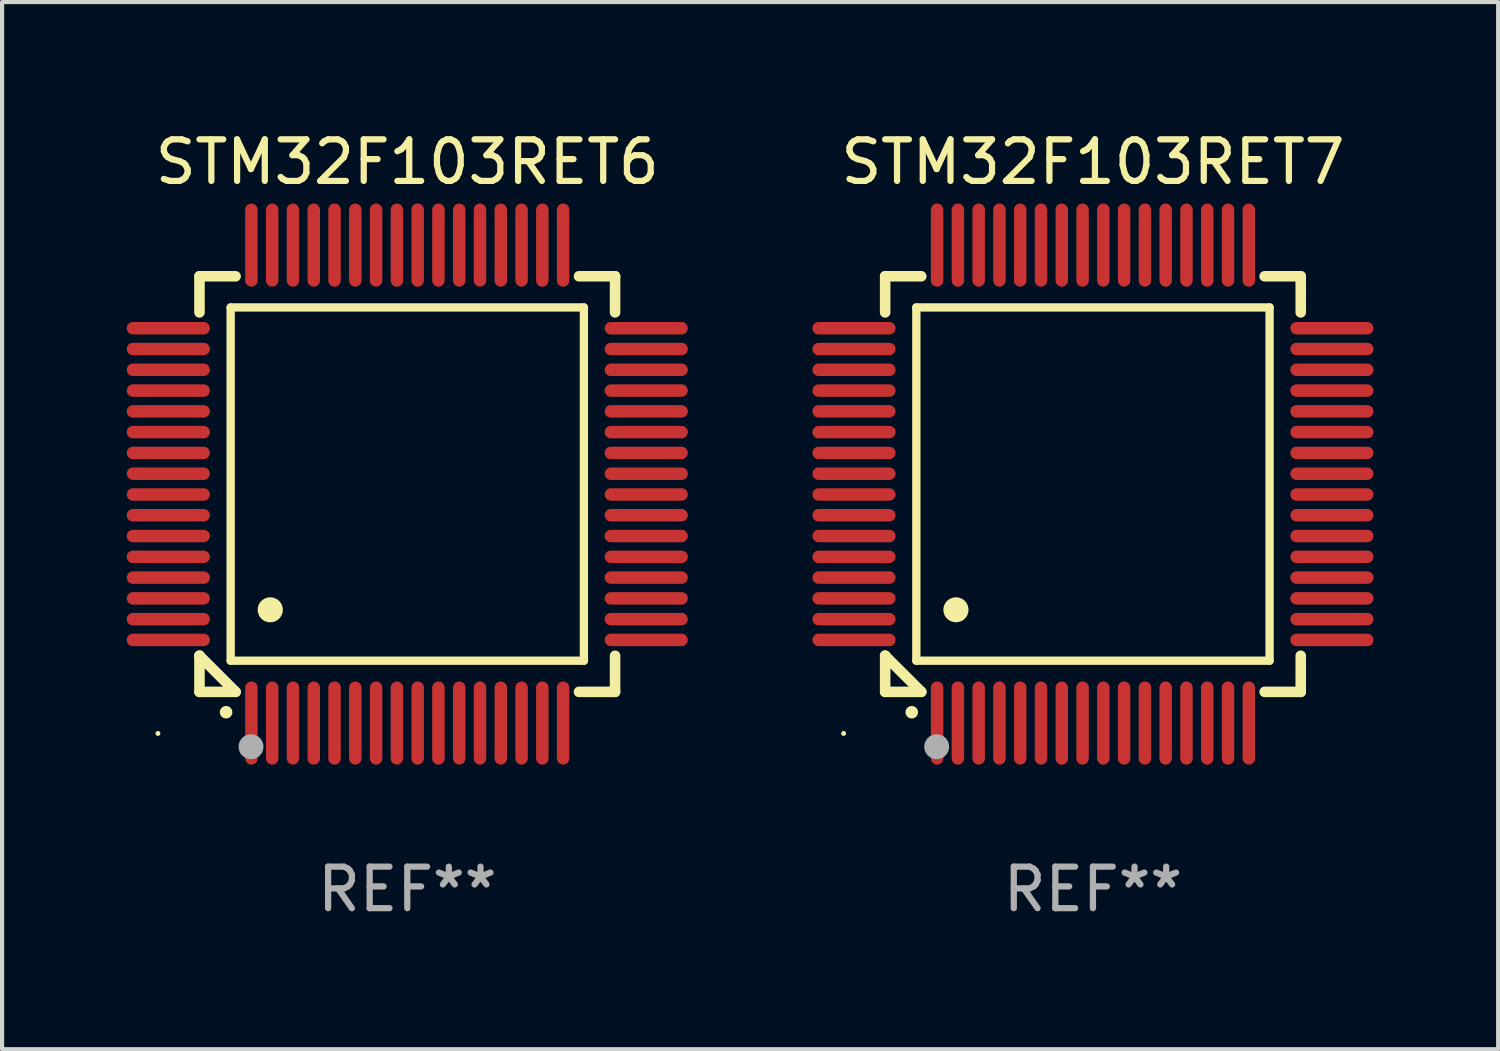
<source format=kicad_pcb>
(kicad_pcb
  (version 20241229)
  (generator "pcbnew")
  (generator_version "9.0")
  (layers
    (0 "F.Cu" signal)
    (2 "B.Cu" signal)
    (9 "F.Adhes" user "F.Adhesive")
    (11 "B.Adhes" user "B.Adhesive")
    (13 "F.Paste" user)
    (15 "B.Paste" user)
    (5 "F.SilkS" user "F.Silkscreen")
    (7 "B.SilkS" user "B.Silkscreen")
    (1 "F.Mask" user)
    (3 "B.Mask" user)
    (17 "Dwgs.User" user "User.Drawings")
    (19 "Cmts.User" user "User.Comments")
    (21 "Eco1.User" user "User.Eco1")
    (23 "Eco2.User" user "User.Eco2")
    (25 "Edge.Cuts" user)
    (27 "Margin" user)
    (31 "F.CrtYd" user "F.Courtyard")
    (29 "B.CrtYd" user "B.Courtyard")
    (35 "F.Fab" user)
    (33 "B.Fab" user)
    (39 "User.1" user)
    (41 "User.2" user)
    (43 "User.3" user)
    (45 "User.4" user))
  (footprint "STM32F103RET6"
    (layer "F.Cu")
    (at 6.75 8.598)
    (property "Reference" "STM32F103RET6" (at 0 -7.75 0) (layer "F.SilkS") (effects (font (size 1 1) (thickness 0.15))))
    (attr through_hole)
    (fp_line (start -5 -5) (end -4.131 -5) (stroke (width 0.254) (type solid)) (layer "F.SilkS"))
    (fp_line (start -5 -4.131) (end -5 -5) (stroke (width 0.254) (type solid)) (layer "F.SilkS"))
    (fp_line (start -5 4.131) (end -5 4.131) (stroke (width 0.254) (type solid)) (layer "F.SilkS"))
    (fp_line (start -5 5) (end -5 4.131) (stroke (width 0.254) (type solid)) (layer "F.SilkS"))
    (fp_line (start -5 4.131) (end -4.131 5) (stroke (width 0.254) (type solid)) (layer "F.SilkS"))
    (fp_line (start -4.25 -4.25) (end -4.25 4.25) (stroke (width 0.2) (type solid)) (layer "F.SilkS"))
    (fp_line (start -4.25 4.25) (end 4.25 4.25) (stroke (width 0.2) (type solid)) (layer "F.SilkS"))
    (fp_line (start -4.131 5) (end -5 5) (stroke (width 0.254) (type solid)) (layer "F.SilkS"))
    (fp_line (start 4.25 -4.25) (end -4.25 -4.25) (stroke (width 0.2) (type solid)) (layer "F.SilkS"))
    (fp_line (start 4.25 4.25) (end 4.25 -4.25) (stroke (width 0.2) (type solid)) (layer "F.SilkS"))
    (fp_line (start 5 -5) (end 4.131 -5) (stroke (width 0.254) (type solid)) (layer "F.SilkS"))
    (fp_line (start 5 -5) (end 5 -4.131) (stroke (width 0.254) (type solid)) (layer "F.SilkS"))
    (fp_line (start 5 4.131) (end 5 5) (stroke (width 0.254) (type solid)) (layer "F.SilkS"))
    (fp_line (start 5 5) (end 4.131 5) (stroke (width 0.254) (type solid)) (layer "F.SilkS"))
    (fp_arc (start -4.361265 5.489992) (mid -4.359995 5.489987) (end -4.358725 5.489992) (stroke (width 0.3) (type solid)) (layer "F.SilkS"))
    (fp_arc (start -3.299467 3.025146) (mid -3.296927 3.025135) (end -3.294387 3.025146) (stroke (width 0.6) (type solid)) (layer "F.SilkS"))
    (fp_circle (center -6 6) (end -5.97 6) (stroke (width 0.06) (type solid)) (fill no) (layer "F.SilkS"))
    (fp_circle (center -3.76 6.32) (end -3.61 6.32) (stroke (width 0.3) (type solid)) (fill no) (layer "F.Fab"))
    (fp_text user "REF**" (at 0 9.75 0) (layer "F.Fab") (effects (font (size 1 1) (thickness 0.15))))
    (pad "1" smd oval (at -3.75 5.75) (size 0.3 2) (layers "F.Cu" "F.Mask" "F.Paste"))
    (pad "2" smd oval (at -3.25 5.75) (size 0.3 2) (layers "F.Cu" "F.Mask" "F.Paste"))
    (pad "3" smd oval (at -2.75 5.75) (size 0.3 2) (layers "F.Cu" "F.Mask" "F.Paste"))
    (pad "4" smd oval (at -2.25 5.75) (size 0.3 2) (layers "F.Cu" "F.Mask" "F.Paste"))
    (pad "5" smd oval (at -1.75 5.75) (size 0.3 2) (layers "F.Cu" "F.Mask" "F.Paste"))
    (pad "6" smd oval (at -1.25 5.75) (size 0.3 2) (layers "F.Cu" "F.Mask" "F.Paste"))
    (pad "7" smd oval (at -0.75 5.75) (size 0.3 2) (layers "F.Cu" "F.Mask" "F.Paste"))
    (pad "8" smd oval (at -0.25 5.75) (size 0.3 2) (layers "F.Cu" "F.Mask" "F.Paste"))
    (pad "9" smd oval (at 0.25 5.75) (size 0.3 2) (layers "F.Cu" "F.Mask" "F.Paste"))
    (pad "10" smd oval (at 0.75 5.75) (size 0.3 2) (layers "F.Cu" "F.Mask" "F.Paste"))
    (pad "11" smd oval (at 1.25 5.75) (size 0.3 2) (layers "F.Cu" "F.Mask" "F.Paste"))
    (pad "12" smd oval (at 1.75 5.75) (size 0.3 2) (layers "F.Cu" "F.Mask" "F.Paste"))
    (pad "13" smd oval (at 2.25 5.75) (size 0.3 2) (layers "F.Cu" "F.Mask" "F.Paste"))
    (pad "14" smd oval (at 2.75 5.75) (size 0.3 2) (layers "F.Cu" "F.Mask" "F.Paste"))
    (pad "15" smd oval (at 3.25 5.75) (size 0.3 2) (layers "F.Cu" "F.Mask" "F.Paste"))
    (pad "16" smd oval (at 3.75 5.75) (size 0.3 2) (layers "F.Cu" "F.Mask" "F.Paste"))
    (pad "17" smd oval (at 5.75 3.75) (size 2 0.3) (layers "F.Cu" "F.Mask" "F.Paste"))
    (pad "18" smd oval (at 5.75 3.25) (size 2 0.3) (layers "F.Cu" "F.Mask" "F.Paste"))
    (pad "19" smd oval (at 5.75 2.75) (size 2 0.3) (layers "F.Cu" "F.Mask" "F.Paste"))
    (pad "20" smd oval (at 5.75 2.25) (size 2 0.3) (layers "F.Cu" "F.Mask" "F.Paste"))
    (pad "21" smd oval (at 5.75 1.75) (size 2 0.3) (layers "F.Cu" "F.Mask" "F.Paste"))
    (pad "22" smd oval (at 5.75 1.25) (size 2 0.3) (layers "F.Cu" "F.Mask" "F.Paste"))
    (pad "23" smd oval (at 5.75 0.75) (size 2 0.3) (layers "F.Cu" "F.Mask" "F.Paste"))
    (pad "24" smd oval (at 5.75 0.25) (size 2 0.3) (layers "F.Cu" "F.Mask" "F.Paste"))
    (pad "25" smd oval (at 5.75 -0.25) (size 2 0.3) (layers "F.Cu" "F.Mask" "F.Paste"))
    (pad "26" smd oval (at 5.75 -0.75) (size 2 0.3) (layers "F.Cu" "F.Mask" "F.Paste"))
    (pad "27" smd oval (at 5.75 -1.25) (size 2 0.3) (layers "F.Cu" "F.Mask" "F.Paste"))
    (pad "28" smd oval (at 5.75 -1.75) (size 2 0.3) (layers "F.Cu" "F.Mask" "F.Paste"))
    (pad "29" smd oval (at 5.75 -2.25) (size 2 0.3) (layers "F.Cu" "F.Mask" "F.Paste"))
    (pad "30" smd oval (at 5.75 -2.75) (size 2 0.3) (layers "F.Cu" "F.Mask" "F.Paste"))
    (pad "31" smd oval (at 5.75 -3.25) (size 2 0.3) (layers "F.Cu" "F.Mask" "F.Paste"))
    (pad "32" smd oval (at 5.75 -3.75) (size 2 0.3) (layers "F.Cu" "F.Mask" "F.Paste"))
    (pad "33" smd oval (at 3.75 -5.75) (size 0.3 2) (layers "F.Cu" "F.Mask" "F.Paste"))
    (pad "34" smd oval (at 3.25 -5.75) (size 0.3 2) (layers "F.Cu" "F.Mask" "F.Paste"))
    (pad "35" smd oval (at 2.75 -5.75) (size 0.3 2) (layers "F.Cu" "F.Mask" "F.Paste"))
    (pad "36" smd oval (at 2.25 -5.75) (size 0.3 2) (layers "F.Cu" "F.Mask" "F.Paste"))
    (pad "37" smd oval (at 1.75 -5.75) (size 0.3 2) (layers "F.Cu" "F.Mask" "F.Paste"))
    (pad "38" smd oval (at 1.25 -5.75) (size 0.3 2) (layers "F.Cu" "F.Mask" "F.Paste"))
    (pad "39" smd oval (at 0.75 -5.75) (size 0.3 2) (layers "F.Cu" "F.Mask" "F.Paste"))
    (pad "40" smd oval (at 0.25 -5.75) (size 0.3 2) (layers "F.Cu" "F.Mask" "F.Paste"))
    (pad "41" smd oval (at -0.25 -5.75) (size 0.3 2) (layers "F.Cu" "F.Mask" "F.Paste"))
    (pad "42" smd oval (at -0.75 -5.75) (size 0.3 2) (layers "F.Cu" "F.Mask" "F.Paste"))
    (pad "43" smd oval (at -1.25 -5.75) (size 0.3 2) (layers "F.Cu" "F.Mask" "F.Paste"))
    (pad "44" smd oval (at -1.75 -5.75) (size 0.3 2) (layers "F.Cu" "F.Mask" "F.Paste"))
    (pad "45" smd oval (at -2.25 -5.75) (size 0.3 2) (layers "F.Cu" "F.Mask" "F.Paste"))
    (pad "46" smd oval (at -2.75 -5.75) (size 0.3 2) (layers "F.Cu" "F.Mask" "F.Paste"))
    (pad "47" smd oval (at -3.25 -5.75) (size 0.3 2) (layers "F.Cu" "F.Mask" "F.Paste"))
    (pad "48" smd oval (at -3.75 -5.75) (size 0.3 2) (layers "F.Cu" "F.Mask" "F.Paste"))
    (pad "49" smd oval (at -5.75 -3.75) (size 2 0.3) (layers "F.Cu" "F.Mask" "F.Paste"))
    (pad "50" smd oval (at -5.75 -3.25) (size 2 0.3) (layers "F.Cu" "F.Mask" "F.Paste"))
    (pad "51" smd oval (at -5.75 -2.75) (size 2 0.3) (layers "F.Cu" "F.Mask" "F.Paste"))
    (pad "52" smd oval (at -5.75 -2.25) (size 2 0.3) (layers "F.Cu" "F.Mask" "F.Paste"))
    (pad "53" smd oval (at -5.75 -1.75) (size 2 0.3) (layers "F.Cu" "F.Mask" "F.Paste"))
    (pad "54" smd oval (at -5.75 -1.25) (size 2 0.3) (layers "F.Cu" "F.Mask" "F.Paste"))
    (pad "55" smd oval (at -5.75 -0.75) (size 2 0.3) (layers "F.Cu" "F.Mask" "F.Paste"))
    (pad "56" smd oval (at -5.75 -0.25) (size 2 0.3) (layers "F.Cu" "F.Mask" "F.Paste"))
    (pad "57" smd oval (at -5.75 0.25) (size 2 0.3) (layers "F.Cu" "F.Mask" "F.Paste"))
    (pad "58" smd oval (at -5.75 0.75) (size 2 0.3) (layers "F.Cu" "F.Mask" "F.Paste"))
    (pad "59" smd oval (at -5.75 1.25) (size 2 0.3) (layers "F.Cu" "F.Mask" "F.Paste"))
    (pad "60" smd oval (at -5.75 1.75) (size 2 0.3) (layers "F.Cu" "F.Mask" "F.Paste"))
    (pad "61" smd oval (at -5.75 2.25) (size 2 0.3) (layers "F.Cu" "F.Mask" "F.Paste"))
    (pad "62" smd oval (at -5.75 2.75) (size 2 0.3) (layers "F.Cu" "F.Mask" "F.Paste"))
    (pad "63" smd oval (at -5.75 3.25) (size 2 0.3) (layers "F.Cu" "F.Mask" "F.Paste"))
    (pad "64" smd oval (at -5.75 3.75) (size 2 0.3) (layers "F.Cu" "F.Mask" "F.Paste")))
  (footprint "STM32F103RET7"
    (layer "F.Cu")
    (at 23.249 8.598)
    (property "Reference" "STM32F103RET7" (at 0 -7.75 0) (layer "F.SilkS") (effects (font (size 1 1) (thickness 0.15))))
    (attr through_hole)
    (fp_line (start -5 -5) (end -4.131 -5) (stroke (width 0.254) (type solid)) (layer "F.SilkS"))
    (fp_line (start -5 -4.131) (end -5 -5) (stroke (width 0.254) (type solid)) (layer "F.SilkS"))
    (fp_line (start -5 4.131) (end -5 4.131) (stroke (width 0.254) (type solid)) (layer "F.SilkS"))
    (fp_line (start -5 5) (end -5 4.131) (stroke (width 0.254) (type solid)) (layer "F.SilkS"))
    (fp_line (start -5 4.131) (end -4.131 5) (stroke (width 0.254) (type solid)) (layer "F.SilkS"))
    (fp_line (start -4.25 -4.25) (end -4.25 4.25) (stroke (width 0.2) (type solid)) (layer "F.SilkS"))
    (fp_line (start -4.25 4.25) (end 4.25 4.25) (stroke (width 0.2) (type solid)) (layer "F.SilkS"))
    (fp_line (start -4.131 5) (end -5 5) (stroke (width 0.254) (type solid)) (layer "F.SilkS"))
    (fp_line (start 4.25 -4.25) (end -4.25 -4.25) (stroke (width 0.2) (type solid)) (layer "F.SilkS"))
    (fp_line (start 4.25 4.25) (end 4.25 -4.25) (stroke (width 0.2) (type solid)) (layer "F.SilkS"))
    (fp_line (start 5 -5) (end 4.131 -5) (stroke (width 0.254) (type solid)) (layer "F.SilkS"))
    (fp_line (start 5 -5) (end 5 -4.131) (stroke (width 0.254) (type solid)) (layer "F.SilkS"))
    (fp_line (start 5 4.131) (end 5 5) (stroke (width 0.254) (type solid)) (layer "F.SilkS"))
    (fp_line (start 5 5) (end 4.131 5) (stroke (width 0.254) (type solid)) (layer "F.SilkS"))
    (fp_arc (start -4.361265 5.489992) (mid -4.359995 5.489987) (end -4.358725 5.489992) (stroke (width 0.3) (type solid)) (layer "F.SilkS"))
    (fp_arc (start -3.299467 3.025146) (mid -3.296927 3.025135) (end -3.294387 3.025146) (stroke (width 0.6) (type solid)) (layer "F.SilkS"))
    (fp_circle (center -6 6) (end -5.97 6) (stroke (width 0.06) (type solid)) (fill no) (layer "F.SilkS"))
    (fp_circle (center -3.76 6.32) (end -3.61 6.32) (stroke (width 0.3) (type solid)) (fill no) (layer "F.Fab"))
    (fp_text user "REF**" (at 0 9.75 0) (layer "F.Fab") (effects (font (size 1 1) (thickness 0.15))))
    (pad "1" smd oval (at -3.75 5.75) (size 0.3 2) (layers "F.Cu" "F.Mask" "F.Paste"))
    (pad "2" smd oval (at -3.25 5.75) (size 0.3 2) (layers "F.Cu" "F.Mask" "F.Paste"))
    (pad "3" smd oval (at -2.75 5.75) (size 0.3 2) (layers "F.Cu" "F.Mask" "F.Paste"))
    (pad "4" smd oval (at -2.25 5.75) (size 0.3 2) (layers "F.Cu" "F.Mask" "F.Paste"))
    (pad "5" smd oval (at -1.75 5.75) (size 0.3 2) (layers "F.Cu" "F.Mask" "F.Paste"))
    (pad "6" smd oval (at -1.25 5.75) (size 0.3 2) (layers "F.Cu" "F.Mask" "F.Paste"))
    (pad "7" smd oval (at -0.75 5.75) (size 0.3 2) (layers "F.Cu" "F.Mask" "F.Paste"))
    (pad "8" smd oval (at -0.25 5.75) (size 0.3 2) (layers "F.Cu" "F.Mask" "F.Paste"))
    (pad "9" smd oval (at 0.25 5.75) (size 0.3 2) (layers "F.Cu" "F.Mask" "F.Paste"))
    (pad "10" smd oval (at 0.75 5.75) (size 0.3 2) (layers "F.Cu" "F.Mask" "F.Paste"))
    (pad "11" smd oval (at 1.25 5.75) (size 0.3 2) (layers "F.Cu" "F.Mask" "F.Paste"))
    (pad "12" smd oval (at 1.75 5.75) (size 0.3 2) (layers "F.Cu" "F.Mask" "F.Paste"))
    (pad "13" smd oval (at 2.25 5.75) (size 0.3 2) (layers "F.Cu" "F.Mask" "F.Paste"))
    (pad "14" smd oval (at 2.75 5.75) (size 0.3 2) (layers "F.Cu" "F.Mask" "F.Paste"))
    (pad "15" smd oval (at 3.25 5.75) (size 0.3 2) (layers "F.Cu" "F.Mask" "F.Paste"))
    (pad "16" smd oval (at 3.75 5.75) (size 0.3 2) (layers "F.Cu" "F.Mask" "F.Paste"))
    (pad "17" smd oval (at 5.75 3.75) (size 2 0.3) (layers "F.Cu" "F.Mask" "F.Paste"))
    (pad "18" smd oval (at 5.75 3.25) (size 2 0.3) (layers "F.Cu" "F.Mask" "F.Paste"))
    (pad "19" smd oval (at 5.75 2.75) (size 2 0.3) (layers "F.Cu" "F.Mask" "F.Paste"))
    (pad "20" smd oval (at 5.75 2.25) (size 2 0.3) (layers "F.Cu" "F.Mask" "F.Paste"))
    (pad "21" smd oval (at 5.75 1.75) (size 2 0.3) (layers "F.Cu" "F.Mask" "F.Paste"))
    (pad "22" smd oval (at 5.75 1.25) (size 2 0.3) (layers "F.Cu" "F.Mask" "F.Paste"))
    (pad "23" smd oval (at 5.75 0.75) (size 2 0.3) (layers "F.Cu" "F.Mask" "F.Paste"))
    (pad "24" smd oval (at 5.75 0.25) (size 2 0.3) (layers "F.Cu" "F.Mask" "F.Paste"))
    (pad "25" smd oval (at 5.75 -0.25) (size 2 0.3) (layers "F.Cu" "F.Mask" "F.Paste"))
    (pad "26" smd oval (at 5.75 -0.75) (size 2 0.3) (layers "F.Cu" "F.Mask" "F.Paste"))
    (pad "27" smd oval (at 5.75 -1.25) (size 2 0.3) (layers "F.Cu" "F.Mask" "F.Paste"))
    (pad "28" smd oval (at 5.75 -1.75) (size 2 0.3) (layers "F.Cu" "F.Mask" "F.Paste"))
    (pad "29" smd oval (at 5.75 -2.25) (size 2 0.3) (layers "F.Cu" "F.Mask" "F.Paste"))
    (pad "30" smd oval (at 5.75 -2.75) (size 2 0.3) (layers "F.Cu" "F.Mask" "F.Paste"))
    (pad "31" smd oval (at 5.75 -3.25) (size 2 0.3) (layers "F.Cu" "F.Mask" "F.Paste"))
    (pad "32" smd oval (at 5.75 -3.75) (size 2 0.3) (layers "F.Cu" "F.Mask" "F.Paste"))
    (pad "33" smd oval (at 3.75 -5.75) (size 0.3 2) (layers "F.Cu" "F.Mask" "F.Paste"))
    (pad "34" smd oval (at 3.25 -5.75) (size 0.3 2) (layers "F.Cu" "F.Mask" "F.Paste"))
    (pad "35" smd oval (at 2.75 -5.75) (size 0.3 2) (layers "F.Cu" "F.Mask" "F.Paste"))
    (pad "36" smd oval (at 2.25 -5.75) (size 0.3 2) (layers "F.Cu" "F.Mask" "F.Paste"))
    (pad "37" smd oval (at 1.75 -5.75) (size 0.3 2) (layers "F.Cu" "F.Mask" "F.Paste"))
    (pad "38" smd oval (at 1.25 -5.75) (size 0.3 2) (layers "F.Cu" "F.Mask" "F.Paste"))
    (pad "39" smd oval (at 0.75 -5.75) (size 0.3 2) (layers "F.Cu" "F.Mask" "F.Paste"))
    (pad "40" smd oval (at 0.25 -5.75) (size 0.3 2) (layers "F.Cu" "F.Mask" "F.Paste"))
    (pad "41" smd oval (at -0.25 -5.75) (size 0.3 2) (layers "F.Cu" "F.Mask" "F.Paste"))
    (pad "42" smd oval (at -0.75 -5.75) (size 0.3 2) (layers "F.Cu" "F.Mask" "F.Paste"))
    (pad "43" smd oval (at -1.25 -5.75) (size 0.3 2) (layers "F.Cu" "F.Mask" "F.Paste"))
    (pad "44" smd oval (at -1.75 -5.75) (size 0.3 2) (layers "F.Cu" "F.Mask" "F.Paste"))
    (pad "45" smd oval (at -2.25 -5.75) (size 0.3 2) (layers "F.Cu" "F.Mask" "F.Paste"))
    (pad "46" smd oval (at -2.75 -5.75) (size 0.3 2) (layers "F.Cu" "F.Mask" "F.Paste"))
    (pad "47" smd oval (at -3.25 -5.75) (size 0.3 2) (layers "F.Cu" "F.Mask" "F.Paste"))
    (pad "48" smd oval (at -3.75 -5.75) (size 0.3 2) (layers "F.Cu" "F.Mask" "F.Paste"))
    (pad "49" smd oval (at -5.75 -3.75) (size 2 0.3) (layers "F.Cu" "F.Mask" "F.Paste"))
    (pad "50" smd oval (at -5.75 -3.25) (size 2 0.3) (layers "F.Cu" "F.Mask" "F.Paste"))
    (pad "51" smd oval (at -5.75 -2.75) (size 2 0.3) (layers "F.Cu" "F.Mask" "F.Paste"))
    (pad "52" smd oval (at -5.75 -2.25) (size 2 0.3) (layers "F.Cu" "F.Mask" "F.Paste"))
    (pad "53" smd oval (at -5.75 -1.75) (size 2 0.3) (layers "F.Cu" "F.Mask" "F.Paste"))
    (pad "54" smd oval (at -5.75 -1.25) (size 2 0.3) (layers "F.Cu" "F.Mask" "F.Paste"))
    (pad "55" smd oval (at -5.75 -0.75) (size 2 0.3) (layers "F.Cu" "F.Mask" "F.Paste"))
    (pad "56" smd oval (at -5.75 -0.25) (size 2 0.3) (layers "F.Cu" "F.Mask" "F.Paste"))
    (pad "57" smd oval (at -5.75 0.25) (size 2 0.3) (layers "F.Cu" "F.Mask" "F.Paste"))
    (pad "58" smd oval (at -5.75 0.75) (size 2 0.3) (layers "F.Cu" "F.Mask" "F.Paste"))
    (pad "59" smd oval (at -5.75 1.25) (size 2 0.3) (layers "F.Cu" "F.Mask" "F.Paste"))
    (pad "60" smd oval (at -5.75 1.75) (size 2 0.3) (layers "F.Cu" "F.Mask" "F.Paste"))
    (pad "61" smd oval (at -5.75 2.25) (size 2 0.3) (layers "F.Cu" "F.Mask" "F.Paste"))
    (pad "62" smd oval (at -5.75 2.75) (size 2 0.3) (layers "F.Cu" "F.Mask" "F.Paste"))
    (pad "63" smd oval (at -5.75 3.25) (size 2 0.3) (layers "F.Cu" "F.Mask" "F.Paste"))
    (pad "64" smd oval (at -5.75 3.75) (size 2 0.3) (layers "F.Cu" "F.Mask" "F.Paste")))
  (gr_rect
    (start -3 -3)
    (end 32.999 22.196)
    (stroke (width 0.1) (type default))
    (fill no)
    (layer "Edge.Cuts")))
</source>
